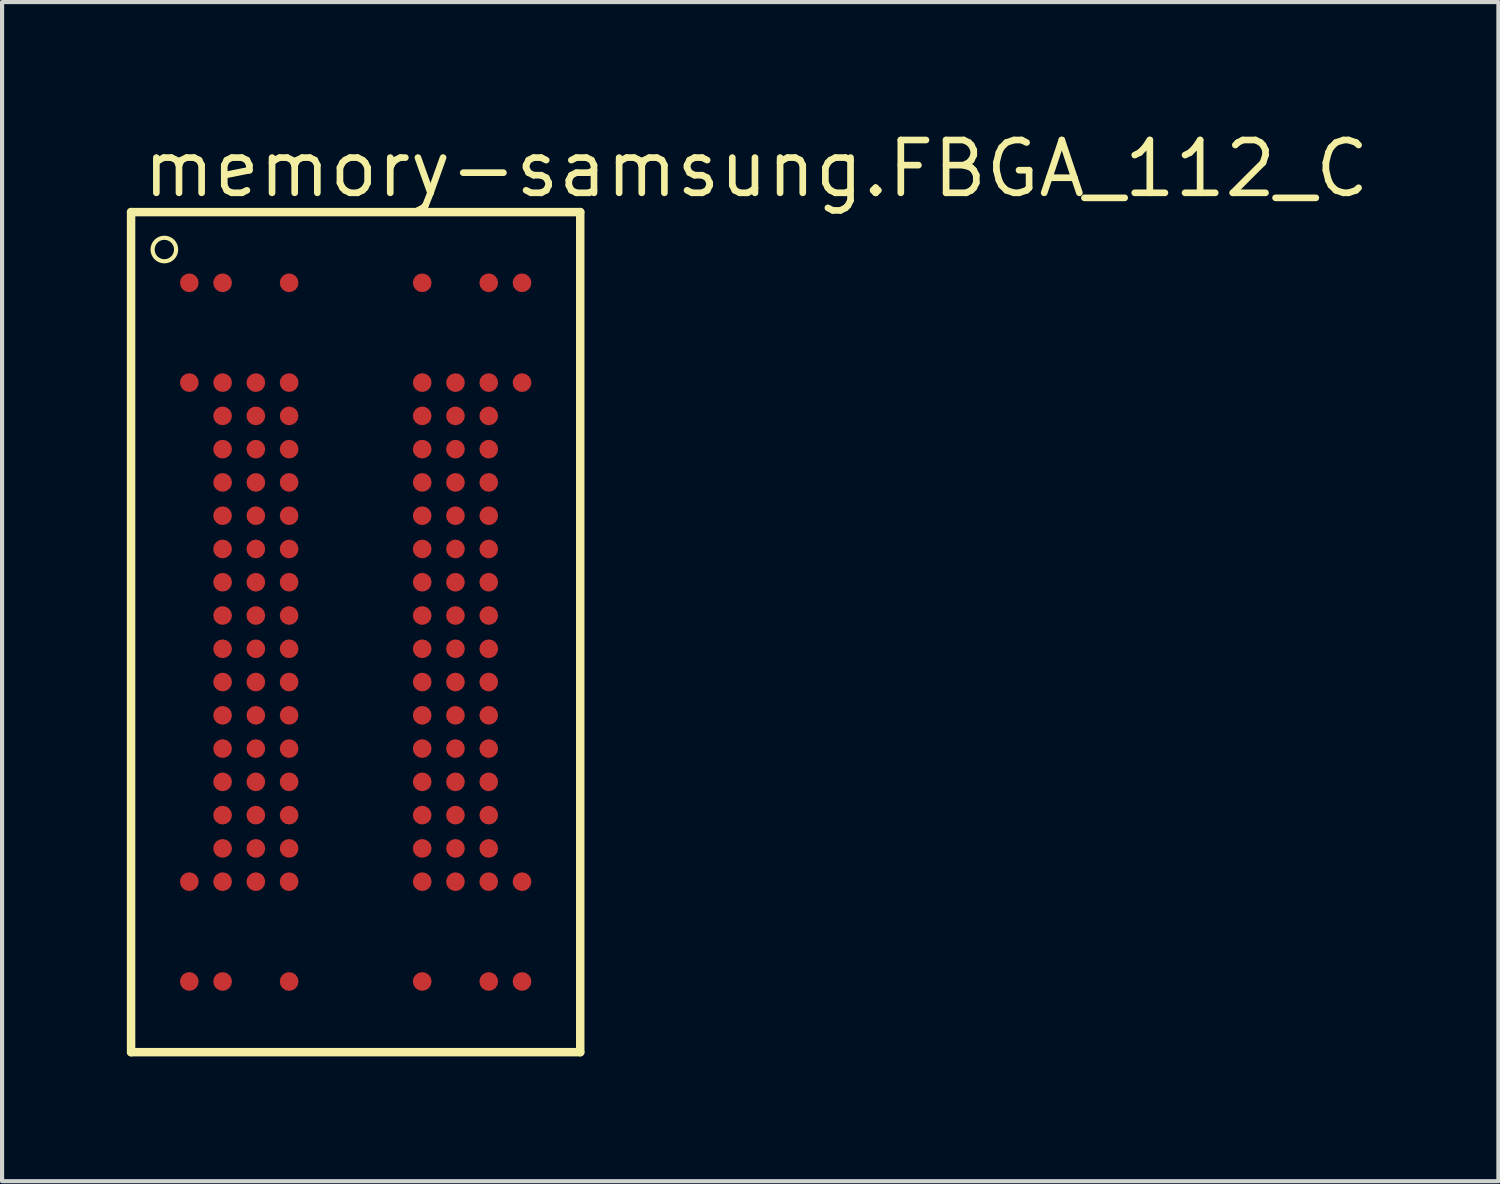
<source format=kicad_pcb>
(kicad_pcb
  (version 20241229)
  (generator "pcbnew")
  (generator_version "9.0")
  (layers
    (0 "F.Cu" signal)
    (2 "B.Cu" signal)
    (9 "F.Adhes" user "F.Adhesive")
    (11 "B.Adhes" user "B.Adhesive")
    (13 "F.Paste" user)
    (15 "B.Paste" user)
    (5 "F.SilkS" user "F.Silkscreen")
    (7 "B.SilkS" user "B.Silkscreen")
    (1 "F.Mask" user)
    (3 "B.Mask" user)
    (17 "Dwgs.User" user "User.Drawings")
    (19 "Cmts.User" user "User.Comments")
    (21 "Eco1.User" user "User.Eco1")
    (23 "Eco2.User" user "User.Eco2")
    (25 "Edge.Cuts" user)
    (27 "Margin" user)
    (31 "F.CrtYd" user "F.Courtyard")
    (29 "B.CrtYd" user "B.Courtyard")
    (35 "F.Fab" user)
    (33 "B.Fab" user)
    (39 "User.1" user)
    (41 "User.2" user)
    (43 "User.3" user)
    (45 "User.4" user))
  (footprint "memory-samsung.FBGA_112_C"
    (layer "F.Cu")
    (at 5.502 12.15)
    (property "Reference" "memory-samsung.FBGA_112_C" (at -5.2 -10.4 0) (layer "F.SilkS") (effects (font (size 1.27 1.27) (thickness 0.16)) (justify left bottom)))
    (attr smd)
    (fp_circle (center -4 -8.4) (end -3.775 -8.4) (stroke (width 0.1) (type default)) (fill no) (layer "F.Mask"))
    (fp_circle (center -4 -6) (end -3.775 -6) (stroke (width 0.1) (type default)) (fill no) (layer "F.Mask"))
    (fp_circle (center -4 6) (end -3.775 6) (stroke (width 0.1) (type default)) (fill no) (layer "F.Mask"))
    (fp_circle (center -4 8.4) (end -3.775 8.4) (stroke (width 0.1) (type default)) (fill no) (layer "F.Mask"))
    (fp_circle (center -3.2 -8.4) (end -2.975 -8.4) (stroke (width 0.1) (type default)) (fill no) (layer "F.Mask"))
    (fp_circle (center -3.2 -6) (end -2.975 -6) (stroke (width 0.1) (type default)) (fill no) (layer "F.Mask"))
    (fp_circle (center -3.2 -5.2) (end -2.975 -5.2) (stroke (width 0.1) (type default)) (fill no) (layer "F.Mask"))
    (fp_circle (center -3.2 -4.4) (end -2.975 -4.4) (stroke (width 0.1) (type default)) (fill no) (layer "F.Mask"))
    (fp_circle (center -3.2 -3.6) (end -2.975 -3.6) (stroke (width 0.1) (type default)) (fill no) (layer "F.Mask"))
    (fp_circle (center -3.2 -2.8) (end -2.975 -2.8) (stroke (width 0.1) (type default)) (fill no) (layer "F.Mask"))
    (fp_circle (center -3.2 -2) (end -2.975 -2) (stroke (width 0.1) (type default)) (fill no) (layer "F.Mask"))
    (fp_circle (center -3.2 -1.2) (end -2.975 -1.2) (stroke (width 0.1) (type default)) (fill no) (layer "F.Mask"))
    (fp_circle (center -3.2 -0.4) (end -2.975 -0.4) (stroke (width 0.1) (type default)) (fill no) (layer "F.Mask"))
    (fp_circle (center -3.2 0.4) (end -2.975 0.4) (stroke (width 0.1) (type default)) (fill no) (layer "F.Mask"))
    (fp_circle (center -3.2 1.2) (end -2.975 1.2) (stroke (width 0.1) (type default)) (fill no) (layer "F.Mask"))
    (fp_circle (center -3.2 2) (end -2.975 2) (stroke (width 0.1) (type default)) (fill no) (layer "F.Mask"))
    (fp_circle (center -3.2 2.8) (end -2.975 2.8) (stroke (width 0.1) (type default)) (fill no) (layer "F.Mask"))
    (fp_circle (center -3.2 3.6) (end -2.975 3.6) (stroke (width 0.1) (type default)) (fill no) (layer "F.Mask"))
    (fp_circle (center -3.2 4.4) (end -2.975 4.4) (stroke (width 0.1) (type default)) (fill no) (layer "F.Mask"))
    (fp_circle (center -3.2 5.2) (end -2.975 5.2) (stroke (width 0.1) (type default)) (fill no) (layer "F.Mask"))
    (fp_circle (center -3.2 6) (end -2.975 6) (stroke (width 0.1) (type default)) (fill no) (layer "F.Mask"))
    (fp_circle (center -3.2 8.4) (end -2.975 8.4) (stroke (width 0.1) (type default)) (fill no) (layer "F.Mask"))
    (fp_circle (center -2.4 -6) (end -2.175 -6) (stroke (width 0.1) (type default)) (fill no) (layer "F.Mask"))
    (fp_circle (center -2.4 -5.2) (end -2.175 -5.2) (stroke (width 0.1) (type default)) (fill no) (layer "F.Mask"))
    (fp_circle (center -2.4 -4.4) (end -2.175 -4.4) (stroke (width 0.1) (type default)) (fill no) (layer "F.Mask"))
    (fp_circle (center -2.4 -3.6) (end -2.175 -3.6) (stroke (width 0.1) (type default)) (fill no) (layer "F.Mask"))
    (fp_circle (center -2.4 -2.8) (end -2.175 -2.8) (stroke (width 0.1) (type default)) (fill no) (layer "F.Mask"))
    (fp_circle (center -2.4 -2) (end -2.175 -2) (stroke (width 0.1) (type default)) (fill no) (layer "F.Mask"))
    (fp_circle (center -2.4 -1.2) (end -2.175 -1.2) (stroke (width 0.1) (type default)) (fill no) (layer "F.Mask"))
    (fp_circle (center -2.4 -0.4) (end -2.175 -0.4) (stroke (width 0.1) (type default)) (fill no) (layer "F.Mask"))
    (fp_circle (center -2.4 0.4) (end -2.175 0.4) (stroke (width 0.1) (type default)) (fill no) (layer "F.Mask"))
    (fp_circle (center -2.4 1.2) (end -2.175 1.2) (stroke (width 0.1) (type default)) (fill no) (layer "F.Mask"))
    (fp_circle (center -2.4 2) (end -2.175 2) (stroke (width 0.1) (type default)) (fill no) (layer "F.Mask"))
    (fp_circle (center -2.4 2.8) (end -2.175 2.8) (stroke (width 0.1) (type default)) (fill no) (layer "F.Mask"))
    (fp_circle (center -2.4 3.6) (end -2.175 3.6) (stroke (width 0.1) (type default)) (fill no) (layer "F.Mask"))
    (fp_circle (center -2.4 4.4) (end -2.175 4.4) (stroke (width 0.1) (type default)) (fill no) (layer "F.Mask"))
    (fp_circle (center -2.4 5.2) (end -2.175 5.2) (stroke (width 0.1) (type default)) (fill no) (layer "F.Mask"))
    (fp_circle (center -2.4 6) (end -2.175 6) (stroke (width 0.1) (type default)) (fill no) (layer "F.Mask"))
    (fp_circle (center -1.6 -8.4) (end -1.375 -8.4) (stroke (width 0.1) (type default)) (fill no) (layer "F.Mask"))
    (fp_circle (center -1.6 -6) (end -1.375 -6) (stroke (width 0.1) (type default)) (fill no) (layer "F.Mask"))
    (fp_circle (center -1.6 -5.2) (end -1.375 -5.2) (stroke (width 0.1) (type default)) (fill no) (layer "F.Mask"))
    (fp_circle (center -1.6 -4.4) (end -1.375 -4.4) (stroke (width 0.1) (type default)) (fill no) (layer "F.Mask"))
    (fp_circle (center -1.6 -3.6) (end -1.375 -3.6) (stroke (width 0.1) (type default)) (fill no) (layer "F.Mask"))
    (fp_circle (center -1.6 -2.8) (end -1.375 -2.8) (stroke (width 0.1) (type default)) (fill no) (layer "F.Mask"))
    (fp_circle (center -1.6 -2) (end -1.375 -2) (stroke (width 0.1) (type default)) (fill no) (layer "F.Mask"))
    (fp_circle (center -1.6 -1.2) (end -1.375 -1.2) (stroke (width 0.1) (type default)) (fill no) (layer "F.Mask"))
    (fp_circle (center -1.6 -0.4) (end -1.375 -0.4) (stroke (width 0.1) (type default)) (fill no) (layer "F.Mask"))
    (fp_circle (center -1.6 0.4) (end -1.375 0.4) (stroke (width 0.1) (type default)) (fill no) (layer "F.Mask"))
    (fp_circle (center -1.6 1.2) (end -1.375 1.2) (stroke (width 0.1) (type default)) (fill no) (layer "F.Mask"))
    (fp_circle (center -1.6 2) (end -1.375 2) (stroke (width 0.1) (type default)) (fill no) (layer "F.Mask"))
    (fp_circle (center -1.6 2.8) (end -1.375 2.8) (stroke (width 0.1) (type default)) (fill no) (layer "F.Mask"))
    (fp_circle (center -1.6 3.6) (end -1.375 3.6) (stroke (width 0.1) (type default)) (fill no) (layer "F.Mask"))
    (fp_circle (center -1.6 4.4) (end -1.375 4.4) (stroke (width 0.1) (type default)) (fill no) (layer "F.Mask"))
    (fp_circle (center -1.6 5.2) (end -1.375 5.2) (stroke (width 0.1) (type default)) (fill no) (layer "F.Mask"))
    (fp_circle (center -1.6 6) (end -1.375 6) (stroke (width 0.1) (type default)) (fill no) (layer "F.Mask"))
    (fp_circle (center -1.6 8.4) (end -1.375 8.4) (stroke (width 0.1) (type default)) (fill no) (layer "F.Mask"))
    (fp_circle (center 1.6 -8.4) (end 1.825 -8.4) (stroke (width 0.1) (type default)) (fill no) (layer "F.Mask"))
    (fp_circle (center 1.6 -6) (end 1.825 -6) (stroke (width 0.1) (type default)) (fill no) (layer "F.Mask"))
    (fp_circle (center 1.6 -5.2) (end 1.825 -5.2) (stroke (width 0.1) (type default)) (fill no) (layer "F.Mask"))
    (fp_circle (center 1.6 -4.4) (end 1.825 -4.4) (stroke (width 0.1) (type default)) (fill no) (layer "F.Mask"))
    (fp_circle (center 1.6 -3.6) (end 1.825 -3.6) (stroke (width 0.1) (type default)) (fill no) (layer "F.Mask"))
    (fp_circle (center 1.6 -2.8) (end 1.825 -2.8) (stroke (width 0.1) (type default)) (fill no) (layer "F.Mask"))
    (fp_circle (center 1.6 -2) (end 1.825 -2) (stroke (width 0.1) (type default)) (fill no) (layer "F.Mask"))
    (fp_circle (center 1.6 -1.2) (end 1.825 -1.2) (stroke (width 0.1) (type default)) (fill no) (layer "F.Mask"))
    (fp_circle (center 1.6 -0.4) (end 1.825 -0.4) (stroke (width 0.1) (type default)) (fill no) (layer "F.Mask"))
    (fp_circle (center 1.6 0.4) (end 1.825 0.4) (stroke (width 0.1) (type default)) (fill no) (layer "F.Mask"))
    (fp_circle (center 1.6 1.2) (end 1.825 1.2) (stroke (width 0.1) (type default)) (fill no) (layer "F.Mask"))
    (fp_circle (center 1.6 2) (end 1.825 2) (stroke (width 0.1) (type default)) (fill no) (layer "F.Mask"))
    (fp_circle (center 1.6 2.8) (end 1.825 2.8) (stroke (width 0.1) (type default)) (fill no) (layer "F.Mask"))
    (fp_circle (center 1.6 3.6) (end 1.825 3.6) (stroke (width 0.1) (type default)) (fill no) (layer "F.Mask"))
    (fp_circle (center 1.6 4.4) (end 1.825 4.4) (stroke (width 0.1) (type default)) (fill no) (layer "F.Mask"))
    (fp_circle (center 1.6 5.2) (end 1.825 5.2) (stroke (width 0.1) (type default)) (fill no) (layer "F.Mask"))
    (fp_circle (center 1.6 6) (end 1.825 6) (stroke (width 0.1) (type default)) (fill no) (layer "F.Mask"))
    (fp_circle (center 1.6 8.4) (end 1.825 8.4) (stroke (width 0.1) (type default)) (fill no) (layer "F.Mask"))
    (fp_circle (center 2.4 -6) (end 2.625 -6) (stroke (width 0.1) (type default)) (fill no) (layer "F.Mask"))
    (fp_circle (center 2.4 -5.2) (end 2.625 -5.2) (stroke (width 0.1) (type default)) (fill no) (layer "F.Mask"))
    (fp_circle (center 2.4 -4.4) (end 2.625 -4.4) (stroke (width 0.1) (type default)) (fill no) (layer "F.Mask"))
    (fp_circle (center 2.4 -3.6) (end 2.625 -3.6) (stroke (width 0.1) (type default)) (fill no) (layer "F.Mask"))
    (fp_circle (center 2.4 -2.8) (end 2.625 -2.8) (stroke (width 0.1) (type default)) (fill no) (layer "F.Mask"))
    (fp_circle (center 2.4 -2) (end 2.625 -2) (stroke (width 0.1) (type default)) (fill no) (layer "F.Mask"))
    (fp_circle (center 2.4 -1.2) (end 2.625 -1.2) (stroke (width 0.1) (type default)) (fill no) (layer "F.Mask"))
    (fp_circle (center 2.4 -0.4) (end 2.625 -0.4) (stroke (width 0.1) (type default)) (fill no) (layer "F.Mask"))
    (fp_circle (center 2.4 0.4) (end 2.625 0.4) (stroke (width 0.1) (type default)) (fill no) (layer "F.Mask"))
    (fp_circle (center 2.4 1.2) (end 2.625 1.2) (stroke (width 0.1) (type default)) (fill no) (layer "F.Mask"))
    (fp_circle (center 2.4 2) (end 2.625 2) (stroke (width 0.1) (type default)) (fill no) (layer "F.Mask"))
    (fp_circle (center 2.4 2.8) (end 2.625 2.8) (stroke (width 0.1) (type default)) (fill no) (layer "F.Mask"))
    (fp_circle (center 2.4 3.6) (end 2.625 3.6) (stroke (width 0.1) (type default)) (fill no) (layer "F.Mask"))
    (fp_circle (center 2.4 4.4) (end 2.625 4.4) (stroke (width 0.1) (type default)) (fill no) (layer "F.Mask"))
    (fp_circle (center 2.4 5.2) (end 2.625 5.2) (stroke (width 0.1) (type default)) (fill no) (layer "F.Mask"))
    (fp_circle (center 2.4 6) (end 2.625 6) (stroke (width 0.1) (type default)) (fill no) (layer "F.Mask"))
    (fp_circle (center 3.2 -8.4) (end 3.425 -8.4) (stroke (width 0.1) (type default)) (fill no) (layer "F.Mask"))
    (fp_circle (center 3.2 -6) (end 3.425 -6) (stroke (width 0.1) (type default)) (fill no) (layer "F.Mask"))
    (fp_circle (center 3.2 -5.2) (end 3.425 -5.2) (stroke (width 0.1) (type default)) (fill no) (layer "F.Mask"))
    (fp_circle (center 3.2 -4.4) (end 3.425 -4.4) (stroke (width 0.1) (type default)) (fill no) (layer "F.Mask"))
    (fp_circle (center 3.2 -3.6) (end 3.425 -3.6) (stroke (width 0.1) (type default)) (fill no) (layer "F.Mask"))
    (fp_circle (center 3.2 -2.8) (end 3.425 -2.8) (stroke (width 0.1) (type default)) (fill no) (layer "F.Mask"))
    (fp_circle (center 3.2 -2) (end 3.425 -2) (stroke (width 0.1) (type default)) (fill no) (layer "F.Mask"))
    (fp_circle (center 3.2 -1.2) (end 3.425 -1.2) (stroke (width 0.1) (type default)) (fill no) (layer "F.Mask"))
    (fp_circle (center 3.2 -0.4) (end 3.425 -0.4) (stroke (width 0.1) (type default)) (fill no) (layer "F.Mask"))
    (fp_circle (center 3.2 0.4) (end 3.425 0.4) (stroke (width 0.1) (type default)) (fill no) (layer "F.Mask"))
    (fp_circle (center 3.2 1.2) (end 3.425 1.2) (stroke (width 0.1) (type default)) (fill no) (layer "F.Mask"))
    (fp_circle (center 3.2 2) (end 3.425 2) (stroke (width 0.1) (type default)) (fill no) (layer "F.Mask"))
    (fp_circle (center 3.2 2.8) (end 3.425 2.8) (stroke (width 0.1) (type default)) (fill no) (layer "F.Mask"))
    (fp_circle (center 3.2 3.6) (end 3.425 3.6) (stroke (width 0.1) (type default)) (fill no) (layer "F.Mask"))
    (fp_circle (center 3.2 4.4) (end 3.425 4.4) (stroke (width 0.1) (type default)) (fill no) (layer "F.Mask"))
    (fp_circle (center 3.2 5.2) (end 3.425 5.2) (stroke (width 0.1) (type default)) (fill no) (layer "F.Mask"))
    (fp_circle (center 3.2 6) (end 3.425 6) (stroke (width 0.1) (type default)) (fill no) (layer "F.Mask"))
    (fp_circle (center 3.2 8.4) (end 3.425 8.4) (stroke (width 0.1) (type default)) (fill no) (layer "F.Mask"))
    (fp_circle (center 4 -8.4) (end 4.225 -8.4) (stroke (width 0.1) (type default)) (fill no) (layer "F.Mask"))
    (fp_circle (center 4 -6) (end 4.225 -6) (stroke (width 0.1) (type default)) (fill no) (layer "F.Mask"))
    (fp_circle (center 4 6) (end 4.225 6) (stroke (width 0.1) (type default)) (fill no) (layer "F.Mask"))
    (fp_circle (center 4 8.4) (end 4.225 8.4) (stroke (width 0.1) (type default)) (fill no) (layer "F.Mask"))
    (fp_line (start -5.4 -10.1) (end -5.4 10.1) (stroke (width 0.203) (type default)) (layer "F.SilkS"))
    (fp_line (start -5.4 10.1) (end 5.4 10.1) (stroke (width 0.203) (type default)) (layer "F.SilkS"))
    (fp_line (start 5.4 -10.1) (end -5.4 -10.1) (stroke (width 0.203) (type default)) (layer "F.SilkS"))
    (fp_line (start 5.4 10.1) (end 5.4 -10.1) (stroke (width 0.203) (type default)) (layer "F.SilkS"))
    (fp_circle (center -4.6 -9.2) (end -4.317 -9.2) (stroke (width 0.1) (type default)) (fill no) (layer "F.SilkS"))
    (pad "A1" smd roundrect (at -4 -8.4) (size 0.45 0.45) (layers "F.Cu" "F.Mask" "F.Paste") (roundrect_rratio 0.5))
    (pad "A2" smd roundrect (at -3.2 -8.4) (size 0.45 0.45) (layers "F.Cu" "F.Mask" "F.Paste") (roundrect_rratio 0.5))
    (pad "A4" smd roundrect (at -1.6 -8.4) (size 0.45 0.45) (layers "F.Cu" "F.Mask" "F.Paste") (roundrect_rratio 0.5))
    (pad "A8" smd roundrect (at 1.6 -8.4) (size 0.45 0.45) (layers "F.Cu" "F.Mask" "F.Paste") (roundrect_rratio 0.5))
    (pad "A10" smd roundrect (at 3.2 -8.4) (size 0.45 0.45) (layers "F.Cu" "F.Mask" "F.Paste") (roundrect_rratio 0.5))
    (pad "A11" smd roundrect (at 4 -8.4) (size 0.45 0.45) (layers "F.Cu" "F.Mask" "F.Paste") (roundrect_rratio 0.5))
    (pad "AB1" smd roundrect (at -4 8.4) (size 0.45 0.45) (layers "F.Cu" "F.Mask" "F.Paste") (roundrect_rratio 0.5))
    (pad "AB2" smd roundrect (at -3.2 8.4) (size 0.45 0.45) (layers "F.Cu" "F.Mask" "F.Paste") (roundrect_rratio 0.5))
    (pad "AB4" smd roundrect (at -1.6 8.4) (size 0.45 0.45) (layers "F.Cu" "F.Mask" "F.Paste") (roundrect_rratio 0.5))
    (pad "AB8" smd roundrect (at 1.6 8.4) (size 0.45 0.45) (layers "F.Cu" "F.Mask" "F.Paste") (roundrect_rratio 0.5))
    (pad "AB10" smd roundrect (at 3.2 8.4) (size 0.45 0.45) (layers "F.Cu" "F.Mask" "F.Paste") (roundrect_rratio 0.5))
    (pad "AB11" smd roundrect (at 4 8.4) (size 0.45 0.45) (layers "F.Cu" "F.Mask" "F.Paste") (roundrect_rratio 0.5))
    (pad "D1" smd roundrect (at -4 -6) (size 0.45 0.45) (layers "F.Cu" "F.Mask" "F.Paste") (roundrect_rratio 0.5))
    (pad "D2" smd roundrect (at -3.2 -6) (size 0.45 0.45) (layers "F.Cu" "F.Mask" "F.Paste") (roundrect_rratio 0.5))
    (pad "D3" smd roundrect (at -2.4 -6) (size 0.45 0.45) (layers "F.Cu" "F.Mask" "F.Paste") (roundrect_rratio 0.5))
    (pad "D4" smd roundrect (at -1.6 -6) (size 0.45 0.45) (layers "F.Cu" "F.Mask" "F.Paste") (roundrect_rratio 0.5))
    (pad "D8" smd roundrect (at 1.6 -6) (size 0.45 0.45) (layers "F.Cu" "F.Mask" "F.Paste") (roundrect_rratio 0.5))
    (pad "D9" smd roundrect (at 2.4 -6) (size 0.45 0.45) (layers "F.Cu" "F.Mask" "F.Paste") (roundrect_rratio 0.5))
    (pad "D10" smd roundrect (at 3.2 -6) (size 0.45 0.45) (layers "F.Cu" "F.Mask" "F.Paste") (roundrect_rratio 0.5))
    (pad "D11" smd roundrect (at 4 -6) (size 0.45 0.45) (layers "F.Cu" "F.Mask" "F.Paste") (roundrect_rratio 0.5))
    (pad "E2" smd roundrect (at -3.2 -5.2) (size 0.45 0.45) (layers "F.Cu" "F.Mask" "F.Paste") (roundrect_rratio 0.5))
    (pad "E3" smd roundrect (at -2.4 -5.2) (size 0.45 0.45) (layers "F.Cu" "F.Mask" "F.Paste") (roundrect_rratio 0.5))
    (pad "E4" smd roundrect (at -1.6 -5.2) (size 0.45 0.45) (layers "F.Cu" "F.Mask" "F.Paste") (roundrect_rratio 0.5))
    (pad "E8" smd roundrect (at 1.6 -5.2) (size 0.45 0.45) (layers "F.Cu" "F.Mask" "F.Paste") (roundrect_rratio 0.5))
    (pad "E9" smd roundrect (at 2.4 -5.2) (size 0.45 0.45) (layers "F.Cu" "F.Mask" "F.Paste") (roundrect_rratio 0.5))
    (pad "E10" smd roundrect (at 3.2 -5.2) (size 0.45 0.45) (layers "F.Cu" "F.Mask" "F.Paste") (roundrect_rratio 0.5))
    (pad "F2" smd roundrect (at -3.2 -4.4) (size 0.45 0.45) (layers "F.Cu" "F.Mask" "F.Paste") (roundrect_rratio 0.5))
    (pad "F3" smd roundrect (at -2.4 -4.4) (size 0.45 0.45) (layers "F.Cu" "F.Mask" "F.Paste") (roundrect_rratio 0.5))
    (pad "F4" smd roundrect (at -1.6 -4.4) (size 0.45 0.45) (layers "F.Cu" "F.Mask" "F.Paste") (roundrect_rratio 0.5))
    (pad "F8" smd roundrect (at 1.6 -4.4) (size 0.45 0.45) (layers "F.Cu" "F.Mask" "F.Paste") (roundrect_rratio 0.5))
    (pad "F9" smd roundrect (at 2.4 -4.4) (size 0.45 0.45) (layers "F.Cu" "F.Mask" "F.Paste") (roundrect_rratio 0.5))
    (pad "F10" smd roundrect (at 3.2 -4.4) (size 0.45 0.45) (layers "F.Cu" "F.Mask" "F.Paste") (roundrect_rratio 0.5))
    (pad "G2" smd roundrect (at -3.2 -3.6) (size 0.45 0.45) (layers "F.Cu" "F.Mask" "F.Paste") (roundrect_rratio 0.5))
    (pad "G3" smd roundrect (at -2.4 -3.6) (size 0.45 0.45) (layers "F.Cu" "F.Mask" "F.Paste") (roundrect_rratio 0.5))
    (pad "G4" smd roundrect (at -1.6 -3.6) (size 0.45 0.45) (layers "F.Cu" "F.Mask" "F.Paste") (roundrect_rratio 0.5))
    (pad "G8" smd roundrect (at 1.6 -3.6) (size 0.45 0.45) (layers "F.Cu" "F.Mask" "F.Paste") (roundrect_rratio 0.5))
    (pad "G9" smd roundrect (at 2.4 -3.6) (size 0.45 0.45) (layers "F.Cu" "F.Mask" "F.Paste") (roundrect_rratio 0.5))
    (pad "G10" smd roundrect (at 3.2 -3.6) (size 0.45 0.45) (layers "F.Cu" "F.Mask" "F.Paste") (roundrect_rratio 0.5))
    (pad "H2" smd roundrect (at -3.2 -2.8) (size 0.45 0.45) (layers "F.Cu" "F.Mask" "F.Paste") (roundrect_rratio 0.5))
    (pad "H3" smd roundrect (at -2.4 -2.8) (size 0.45 0.45) (layers "F.Cu" "F.Mask" "F.Paste") (roundrect_rratio 0.5))
    (pad "H4" smd roundrect (at -1.6 -2.8) (size 0.45 0.45) (layers "F.Cu" "F.Mask" "F.Paste") (roundrect_rratio 0.5))
    (pad "H8" smd roundrect (at 1.6 -2.8) (size 0.45 0.45) (layers "F.Cu" "F.Mask" "F.Paste") (roundrect_rratio 0.5))
    (pad "H9" smd roundrect (at 2.4 -2.8) (size 0.45 0.45) (layers "F.Cu" "F.Mask" "F.Paste") (roundrect_rratio 0.5))
    (pad "H10" smd roundrect (at 3.2 -2.8) (size 0.45 0.45) (layers "F.Cu" "F.Mask" "F.Paste") (roundrect_rratio 0.5))
    (pad "J2" smd roundrect (at -3.2 -2) (size 0.45 0.45) (layers "F.Cu" "F.Mask" "F.Paste") (roundrect_rratio 0.5))
    (pad "J3" smd roundrect (at -2.4 -2) (size 0.45 0.45) (layers "F.Cu" "F.Mask" "F.Paste") (roundrect_rratio 0.5))
    (pad "J4" smd roundrect (at -1.6 -2) (size 0.45 0.45) (layers "F.Cu" "F.Mask" "F.Paste") (roundrect_rratio 0.5))
    (pad "J8" smd roundrect (at 1.6 -2) (size 0.45 0.45) (layers "F.Cu" "F.Mask" "F.Paste") (roundrect_rratio 0.5))
    (pad "J9" smd roundrect (at 2.4 -2) (size 0.45 0.45) (layers "F.Cu" "F.Mask" "F.Paste") (roundrect_rratio 0.5))
    (pad "J10" smd roundrect (at 3.2 -2) (size 0.45 0.45) (layers "F.Cu" "F.Mask" "F.Paste") (roundrect_rratio 0.5))
    (pad "K2" smd roundrect (at -3.2 -1.2) (size 0.45 0.45) (layers "F.Cu" "F.Mask" "F.Paste") (roundrect_rratio 0.5))
    (pad "K3" smd roundrect (at -2.4 -1.2) (size 0.45 0.45) (layers "F.Cu" "F.Mask" "F.Paste") (roundrect_rratio 0.5))
    (pad "K4" smd roundrect (at -1.6 -1.2) (size 0.45 0.45) (layers "F.Cu" "F.Mask" "F.Paste") (roundrect_rratio 0.5))
    (pad "K8" smd roundrect (at 1.6 -1.2) (size 0.45 0.45) (layers "F.Cu" "F.Mask" "F.Paste") (roundrect_rratio 0.5))
    (pad "K9" smd roundrect (at 2.4 -1.2) (size 0.45 0.45) (layers "F.Cu" "F.Mask" "F.Paste") (roundrect_rratio 0.5))
    (pad "K10" smd roundrect (at 3.2 -1.2) (size 0.45 0.45) (layers "F.Cu" "F.Mask" "F.Paste") (roundrect_rratio 0.5))
    (pad "L2" smd roundrect (at -3.2 -0.4) (size 0.45 0.45) (layers "F.Cu" "F.Mask" "F.Paste") (roundrect_rratio 0.5))
    (pad "L3" smd roundrect (at -2.4 -0.4) (size 0.45 0.45) (layers "F.Cu" "F.Mask" "F.Paste") (roundrect_rratio 0.5))
    (pad "L4" smd roundrect (at -1.6 -0.4) (size 0.45 0.45) (layers "F.Cu" "F.Mask" "F.Paste") (roundrect_rratio 0.5))
    (pad "L8" smd roundrect (at 1.6 -0.4) (size 0.45 0.45) (layers "F.Cu" "F.Mask" "F.Paste") (roundrect_rratio 0.5))
    (pad "L9" smd roundrect (at 2.4 -0.4) (size 0.45 0.45) (layers "F.Cu" "F.Mask" "F.Paste") (roundrect_rratio 0.5))
    (pad "L10" smd roundrect (at 3.2 -0.4) (size 0.45 0.45) (layers "F.Cu" "F.Mask" "F.Paste") (roundrect_rratio 0.5))
    (pad "M2" smd roundrect (at -3.2 0.4) (size 0.45 0.45) (layers "F.Cu" "F.Mask" "F.Paste") (roundrect_rratio 0.5))
    (pad "M3" smd roundrect (at -2.4 0.4) (size 0.45 0.45) (layers "F.Cu" "F.Mask" "F.Paste") (roundrect_rratio 0.5))
    (pad "M4" smd roundrect (at -1.6 0.4) (size 0.45 0.45) (layers "F.Cu" "F.Mask" "F.Paste") (roundrect_rratio 0.5))
    (pad "M8" smd roundrect (at 1.6 0.4) (size 0.45 0.45) (layers "F.Cu" "F.Mask" "F.Paste") (roundrect_rratio 0.5))
    (pad "M9" smd roundrect (at 2.4 0.4) (size 0.45 0.45) (layers "F.Cu" "F.Mask" "F.Paste") (roundrect_rratio 0.5))
    (pad "M10" smd roundrect (at 3.2 0.4) (size 0.45 0.45) (layers "F.Cu" "F.Mask" "F.Paste") (roundrect_rratio 0.5))
    (pad "N2" smd roundrect (at -3.2 1.2) (size 0.45 0.45) (layers "F.Cu" "F.Mask" "F.Paste") (roundrect_rratio 0.5))
    (pad "N3" smd roundrect (at -2.4 1.2) (size 0.45 0.45) (layers "F.Cu" "F.Mask" "F.Paste") (roundrect_rratio 0.5))
    (pad "N4" smd roundrect (at -1.6 1.2) (size 0.45 0.45) (layers "F.Cu" "F.Mask" "F.Paste") (roundrect_rratio 0.5))
    (pad "N8" smd roundrect (at 1.6 1.2) (size 0.45 0.45) (layers "F.Cu" "F.Mask" "F.Paste") (roundrect_rratio 0.5))
    (pad "N9" smd roundrect (at 2.4 1.2) (size 0.45 0.45) (layers "F.Cu" "F.Mask" "F.Paste") (roundrect_rratio 0.5))
    (pad "N10" smd roundrect (at 3.2 1.2) (size 0.45 0.45) (layers "F.Cu" "F.Mask" "F.Paste") (roundrect_rratio 0.5))
    (pad "P2" smd roundrect (at -3.2 2) (size 0.45 0.45) (layers "F.Cu" "F.Mask" "F.Paste") (roundrect_rratio 0.5))
    (pad "P3" smd roundrect (at -2.4 2) (size 0.45 0.45) (layers "F.Cu" "F.Mask" "F.Paste") (roundrect_rratio 0.5))
    (pad "P4" smd roundrect (at -1.6 2) (size 0.45 0.45) (layers "F.Cu" "F.Mask" "F.Paste") (roundrect_rratio 0.5))
    (pad "P8" smd roundrect (at 1.6 2) (size 0.45 0.45) (layers "F.Cu" "F.Mask" "F.Paste") (roundrect_rratio 0.5))
    (pad "P9" smd roundrect (at 2.4 2) (size 0.45 0.45) (layers "F.Cu" "F.Mask" "F.Paste") (roundrect_rratio 0.5))
    (pad "P10" smd roundrect (at 3.2 2) (size 0.45 0.45) (layers "F.Cu" "F.Mask" "F.Paste") (roundrect_rratio 0.5))
    (pad "R2" smd roundrect (at -3.2 2.8) (size 0.45 0.45) (layers "F.Cu" "F.Mask" "F.Paste") (roundrect_rratio 0.5))
    (pad "R3" smd roundrect (at -2.4 2.8) (size 0.45 0.45) (layers "F.Cu" "F.Mask" "F.Paste") (roundrect_rratio 0.5))
    (pad "R4" smd roundrect (at -1.6 2.8) (size 0.45 0.45) (layers "F.Cu" "F.Mask" "F.Paste") (roundrect_rratio 0.5))
    (pad "R8" smd roundrect (at 1.6 2.8) (size 0.45 0.45) (layers "F.Cu" "F.Mask" "F.Paste") (roundrect_rratio 0.5))
    (pad "R9" smd roundrect (at 2.4 2.8) (size 0.45 0.45) (layers "F.Cu" "F.Mask" "F.Paste") (roundrect_rratio 0.5))
    (pad "R10" smd roundrect (at 3.2 2.8) (size 0.45 0.45) (layers "F.Cu" "F.Mask" "F.Paste") (roundrect_rratio 0.5))
    (pad "T2" smd roundrect (at -3.2 3.6) (size 0.45 0.45) (layers "F.Cu" "F.Mask" "F.Paste") (roundrect_rratio 0.5))
    (pad "T3" smd roundrect (at -2.4 3.6) (size 0.45 0.45) (layers "F.Cu" "F.Mask" "F.Paste") (roundrect_rratio 0.5))
    (pad "T4" smd roundrect (at -1.6 3.6) (size 0.45 0.45) (layers "F.Cu" "F.Mask" "F.Paste") (roundrect_rratio 0.5))
    (pad "T8" smd roundrect (at 1.6 3.6) (size 0.45 0.45) (layers "F.Cu" "F.Mask" "F.Paste") (roundrect_rratio 0.5))
    (pad "T9" smd roundrect (at 2.4 3.6) (size 0.45 0.45) (layers "F.Cu" "F.Mask" "F.Paste") (roundrect_rratio 0.5))
    (pad "T10" smd roundrect (at 3.2 3.6) (size 0.45 0.45) (layers "F.Cu" "F.Mask" "F.Paste") (roundrect_rratio 0.5))
    (pad "U2" smd roundrect (at -3.2 4.4) (size 0.45 0.45) (layers "F.Cu" "F.Mask" "F.Paste") (roundrect_rratio 0.5))
    (pad "U3" smd roundrect (at -2.4 4.4) (size 0.45 0.45) (layers "F.Cu" "F.Mask" "F.Paste") (roundrect_rratio 0.5))
    (pad "U4" smd roundrect (at -1.6 4.4) (size 0.45 0.45) (layers "F.Cu" "F.Mask" "F.Paste") (roundrect_rratio 0.5))
    (pad "U8" smd roundrect (at 1.6 4.4) (size 0.45 0.45) (layers "F.Cu" "F.Mask" "F.Paste") (roundrect_rratio 0.5))
    (pad "U9" smd roundrect (at 2.4 4.4) (size 0.45 0.45) (layers "F.Cu" "F.Mask" "F.Paste") (roundrect_rratio 0.5))
    (pad "U10" smd roundrect (at 3.2 4.4) (size 0.45 0.45) (layers "F.Cu" "F.Mask" "F.Paste") (roundrect_rratio 0.5))
    (pad "V2" smd roundrect (at -3.2 5.2) (size 0.45 0.45) (layers "F.Cu" "F.Mask" "F.Paste") (roundrect_rratio 0.5))
    (pad "V3" smd roundrect (at -2.4 5.2) (size 0.45 0.45) (layers "F.Cu" "F.Mask" "F.Paste") (roundrect_rratio 0.5))
    (pad "V4" smd roundrect (at -1.6 5.2) (size 0.45 0.45) (layers "F.Cu" "F.Mask" "F.Paste") (roundrect_rratio 0.5))
    (pad "V8" smd roundrect (at 1.6 5.2) (size 0.45 0.45) (layers "F.Cu" "F.Mask" "F.Paste") (roundrect_rratio 0.5))
    (pad "V9" smd roundrect (at 2.4 5.2) (size 0.45 0.45) (layers "F.Cu" "F.Mask" "F.Paste") (roundrect_rratio 0.5))
    (pad "V10" smd roundrect (at 3.2 5.2) (size 0.45 0.45) (layers "F.Cu" "F.Mask" "F.Paste") (roundrect_rratio 0.5))
    (pad "W1" smd roundrect (at -4 6) (size 0.45 0.45) (layers "F.Cu" "F.Mask" "F.Paste") (roundrect_rratio 0.5))
    (pad "W2" smd roundrect (at -3.2 6) (size 0.45 0.45) (layers "F.Cu" "F.Mask" "F.Paste") (roundrect_rratio 0.5))
    (pad "W3" smd roundrect (at -2.4 6) (size 0.45 0.45) (layers "F.Cu" "F.Mask" "F.Paste") (roundrect_rratio 0.5))
    (pad "W4" smd roundrect (at -1.6 6) (size 0.45 0.45) (layers "F.Cu" "F.Mask" "F.Paste") (roundrect_rratio 0.5))
    (pad "W8" smd roundrect (at 1.6 6) (size 0.45 0.45) (layers "F.Cu" "F.Mask" "F.Paste") (roundrect_rratio 0.5))
    (pad "W9" smd roundrect (at 2.4 6) (size 0.45 0.45) (layers "F.Cu" "F.Mask" "F.Paste") (roundrect_rratio 0.5))
    (pad "W10" smd roundrect (at 3.2 6) (size 0.45 0.45) (layers "F.Cu" "F.Mask" "F.Paste") (roundrect_rratio 0.5))
    (pad "W11" smd roundrect (at 4 6) (size 0.45 0.45) (layers "F.Cu" "F.Mask" "F.Paste") (roundrect_rratio 0.5)))
  (gr_rect
    (start -3 -3)
    (end 32.98 25.352)
    (stroke (width 0.1) (type default))
    (fill no)
    (layer "Edge.Cuts")))
</source>
